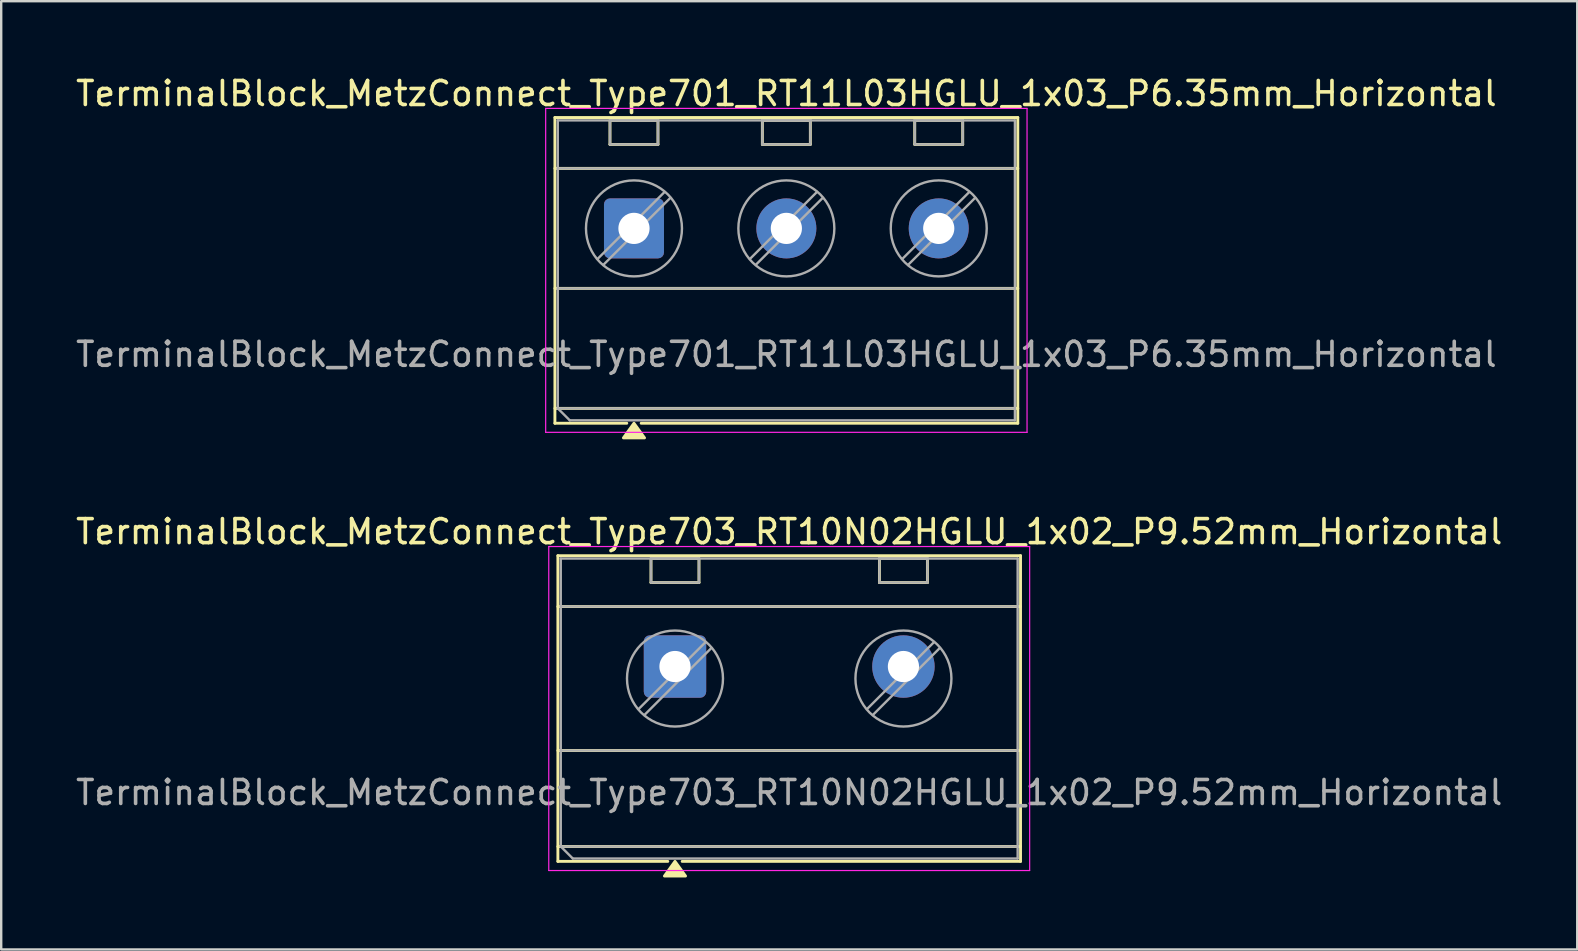
<source format=kicad_pcb>
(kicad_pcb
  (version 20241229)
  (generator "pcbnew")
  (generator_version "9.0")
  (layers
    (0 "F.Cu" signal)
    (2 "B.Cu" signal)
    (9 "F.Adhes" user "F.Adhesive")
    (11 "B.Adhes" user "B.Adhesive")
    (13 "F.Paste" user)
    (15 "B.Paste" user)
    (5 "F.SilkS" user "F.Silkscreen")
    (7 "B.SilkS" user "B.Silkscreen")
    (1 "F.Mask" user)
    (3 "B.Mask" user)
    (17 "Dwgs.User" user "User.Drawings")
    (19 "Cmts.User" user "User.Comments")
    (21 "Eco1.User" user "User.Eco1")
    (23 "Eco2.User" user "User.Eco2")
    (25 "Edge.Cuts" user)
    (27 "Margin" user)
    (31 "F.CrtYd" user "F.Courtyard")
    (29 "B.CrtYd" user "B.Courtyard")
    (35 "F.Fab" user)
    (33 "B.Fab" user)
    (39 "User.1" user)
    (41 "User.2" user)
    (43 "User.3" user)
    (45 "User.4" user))
  (footprint "TerminalBlock_MetzConnect_Type703_RT10N02HGLU_1x02_P9.52mm_Horizontal"
    (layer "F.Cu")
    (at 25.079 24.727)
    (property "Reference" "TerminalBlock_MetzConnect_Type703_RT10N02HGLU_1x02_P9.52mm_Horizontal" (at 4.76 -5.62 0) (layer "F.SilkS") (effects (font (size 1 1) (thickness 0.15))))
    (attr through_hole)
    (fp_line (start -4.88 -4.62) (end -4.88 8.12) (stroke (width 0.12) (type solid)) (layer "F.SilkS"))
    (fp_line (start -4.88 -4.62) (end 14.4 -4.62) (stroke (width 0.12) (type solid)) (layer "F.SilkS"))
    (fp_line (start -4.88 -2.5) (end 14.4 -2.5) (stroke (width 0.12) (type solid)) (layer "F.SilkS"))
    (fp_line (start -4.88 3.5) (end 14.4 3.5) (stroke (width 0.12) (type solid)) (layer "F.SilkS"))
    (fp_line (start -4.88 7.5) (end 14.4 7.5) (stroke (width 0.12) (type solid)) (layer "F.SilkS"))
    (fp_line (start -4.88 8.12) (end -0.3 8.12) (stroke (width 0.12) (type solid)) (layer "F.SilkS"))
    (fp_line (start -1 -4.5) (end -1 -3.5) (stroke (width 0.12) (type solid)) (layer "F.SilkS"))
    (fp_line (start -1 -4.5) (end 1 -4.5) (stroke (width 0.12) (type solid)) (layer "F.SilkS"))
    (fp_line (start -1 -3.5) (end 1 -3.5) (stroke (width 0.12) (type solid)) (layer "F.SilkS"))
    (fp_line (start 0.3 8.12) (end 14.4 8.12) (stroke (width 0.12) (type solid)) (layer "F.SilkS"))
    (fp_line (start 1 -4.5) (end 1 -3.5) (stroke (width 0.12) (type solid)) (layer "F.SilkS"))
    (fp_line (start 8.52 -4.5) (end 8.52 -3.5) (stroke (width 0.12) (type solid)) (layer "F.SilkS"))
    (fp_line (start 8.52 -4.5) (end 10.52 -4.5) (stroke (width 0.12) (type solid)) (layer "F.SilkS"))
    (fp_line (start 8.52 -3.5) (end 10.52 -3.5) (stroke (width 0.12) (type solid)) (layer "F.SilkS"))
    (fp_line (start 10.52 -4.5) (end 10.52 -3.5) (stroke (width 0.12) (type solid)) (layer "F.SilkS"))
    (fp_line (start 14.4 -4.62) (end 14.4 8.12) (stroke (width 0.12) (type solid)) (layer "F.SilkS"))
    (fp_poly (pts (xy 0 8.12) (xy 0.44 8.73) (xy -0.44 8.73)) (stroke (width 0.12) (type solid)) (fill yes) (layer "F.SilkS"))
    (fp_line (start -5.26 -5) (end -5.26 8.5) (stroke (width 0.05) (type solid)) (layer "F.CrtYd"))
    (fp_line (start -5.26 8.5) (end 14.78 8.5) (stroke (width 0.05) (type solid)) (layer "F.CrtYd"))
    (fp_line (start 14.78 -5) (end -5.26 -5) (stroke (width 0.05) (type solid)) (layer "F.CrtYd"))
    (fp_line (start 14.78 8.5) (end 14.78 -5) (stroke (width 0.05) (type solid)) (layer "F.CrtYd"))
    (fp_line (start -4.76 -4.5) (end 14.28 -4.5) (stroke (width 0.1) (type solid)) (layer "F.Fab"))
    (fp_line (start -4.76 -2.5) (end 14.28 -2.5) (stroke (width 0.1) (type solid)) (layer "F.Fab"))
    (fp_line (start -4.76 3.5) (end 14.28 3.5) (stroke (width 0.1) (type solid)) (layer "F.Fab"))
    (fp_line (start -4.76 7.5) (end -4.76 -4.5) (stroke (width 0.1) (type solid)) (layer "F.Fab"))
    (fp_line (start -4.76 7.5) (end 14.28 7.5) (stroke (width 0.1) (type solid)) (layer "F.Fab"))
    (fp_line (start -4.26 8) (end -4.76 7.5) (stroke (width 0.1) (type solid)) (layer "F.Fab"))
    (fp_line (start -1 -4.5) (end -1 -3.5) (stroke (width 0.1) (type solid)) (layer "F.Fab"))
    (fp_line (start -1 -3.5) (end 1 -3.5) (stroke (width 0.1) (type solid)) (layer "F.Fab"))
    (fp_line (start 1 -4.5) (end -1 -4.5) (stroke (width 0.1) (type solid)) (layer "F.Fab"))
    (fp_line (start 1 -3.5) (end 1 -4.5) (stroke (width 0.1) (type solid)) (layer "F.Fab"))
    (fp_line (start 1.273 -1.017) (end -1.517 1.772) (stroke (width 0.1) (type solid)) (layer "F.Fab"))
    (fp_line (start 1.517 -0.773) (end -1.273 2.017) (stroke (width 0.1) (type solid)) (layer "F.Fab"))
    (fp_line (start 8.52 -4.5) (end 8.52 -3.5) (stroke (width 0.1) (type solid)) (layer "F.Fab"))
    (fp_line (start 8.52 -3.5) (end 10.52 -3.5) (stroke (width 0.1) (type solid)) (layer "F.Fab"))
    (fp_line (start 10.52 -4.5) (end 8.52 -4.5) (stroke (width 0.1) (type solid)) (layer "F.Fab"))
    (fp_line (start 10.52 -3.5) (end 10.52 -4.5) (stroke (width 0.1) (type solid)) (layer "F.Fab"))
    (fp_line (start 10.793 -1.017) (end 8.003 1.772) (stroke (width 0.1) (type solid)) (layer "F.Fab"))
    (fp_line (start 11.037 -0.773) (end 8.247 2.017) (stroke (width 0.1) (type solid)) (layer "F.Fab"))
    (fp_line (start 14.28 -4.5) (end 14.28 8) (stroke (width 0.1) (type solid)) (layer "F.Fab"))
    (fp_line (start 14.28 8) (end -4.26 8) (stroke (width 0.1) (type solid)) (layer "F.Fab"))
    (fp_circle (center 0 0.5) (end 2 0.5) (stroke (width 0.1) (type solid)) (fill no) (layer "F.Fab"))
    (fp_circle (center 9.52 0.5) (end 11.52 0.5) (stroke (width 0.1) (type solid)) (fill no) (layer "F.Fab"))
    (fp_text user "${REFERENCE}" (at 4.76 5.25 0) (layer "F.Fab") (effects (font (size 1 1) (thickness 0.15))))
    (pad "1" thru_hole roundrect (at 0 0) (size 2.6 2.6) (drill 1.3) (layers "*.Cu" "*.Mask") (roundrect_rratio 0.096))
    (pad "2" thru_hole circle (at 9.52 0) (size 2.6 2.6) (drill 1.3) (layers "*.Cu" "*.Mask")))
  (footprint "TerminalBlock_MetzConnect_Type701_RT11L03HGLU_1x03_P6.35mm_Horizontal"
    (layer "F.Cu")
    (at 23.37 6.468)
    (property "Reference" "TerminalBlock_MetzConnect_Type701_RT11L03HGLU_1x03_P6.35mm_Horizontal" (at 6.35 -5.62 0) (layer "F.SilkS") (effects (font (size 1 1) (thickness 0.15))))
    (attr through_hole)
    (fp_line (start -3.295 -4.62) (end -3.295 8.12) (stroke (width 0.12) (type solid)) (layer "F.SilkS"))
    (fp_line (start -3.295 -4.62) (end 15.995 -4.62) (stroke (width 0.12) (type solid)) (layer "F.SilkS"))
    (fp_line (start -3.295 -2.5) (end 15.995 -2.5) (stroke (width 0.12) (type solid)) (layer "F.SilkS"))
    (fp_line (start -3.295 2.5) (end 15.995 2.5) (stroke (width 0.12) (type solid)) (layer "F.SilkS"))
    (fp_line (start -3.295 7.5) (end 15.995 7.5) (stroke (width 0.12) (type solid)) (layer "F.SilkS"))
    (fp_line (start -3.295 8.12) (end -0.3 8.12) (stroke (width 0.12) (type solid)) (layer "F.SilkS"))
    (fp_line (start -1 -4.5) (end -1 -3.5) (stroke (width 0.12) (type solid)) (layer "F.SilkS"))
    (fp_line (start -1 -4.5) (end 1 -4.5) (stroke (width 0.12) (type solid)) (layer "F.SilkS"))
    (fp_line (start -1 -3.5) (end 1 -3.5) (stroke (width 0.12) (type solid)) (layer "F.SilkS"))
    (fp_line (start 0.3 8.12) (end 15.995 8.12) (stroke (width 0.12) (type solid)) (layer "F.SilkS"))
    (fp_line (start 1 -4.5) (end 1 -3.5) (stroke (width 0.12) (type solid)) (layer "F.SilkS"))
    (fp_line (start 5.35 -4.5) (end 5.35 -3.5) (stroke (width 0.12) (type solid)) (layer "F.SilkS"))
    (fp_line (start 5.35 -4.5) (end 7.35 -4.5) (stroke (width 0.12) (type solid)) (layer "F.SilkS"))
    (fp_line (start 5.35 -3.5) (end 7.35 -3.5) (stroke (width 0.12) (type solid)) (layer "F.SilkS"))
    (fp_line (start 7.35 -4.5) (end 7.35 -3.5) (stroke (width 0.12) (type solid)) (layer "F.SilkS"))
    (fp_line (start 11.7 -4.5) (end 11.7 -3.5) (stroke (width 0.12) (type solid)) (layer "F.SilkS"))
    (fp_line (start 11.7 -4.5) (end 13.7 -4.5) (stroke (width 0.12) (type solid)) (layer "F.SilkS"))
    (fp_line (start 11.7 -3.5) (end 13.7 -3.5) (stroke (width 0.12) (type solid)) (layer "F.SilkS"))
    (fp_line (start 13.7 -4.5) (end 13.7 -3.5) (stroke (width 0.12) (type solid)) (layer "F.SilkS"))
    (fp_line (start 15.995 -4.62) (end 15.995 8.12) (stroke (width 0.12) (type solid)) (layer "F.SilkS"))
    (fp_poly (pts (xy 0 8.12) (xy 0.44 8.73) (xy -0.44 8.73)) (stroke (width 0.12) (type solid)) (fill yes) (layer "F.SilkS"))
    (fp_line (start -3.68 -5) (end -3.68 8.5) (stroke (width 0.05) (type solid)) (layer "F.CrtYd"))
    (fp_line (start -3.68 8.5) (end 16.38 8.5) (stroke (width 0.05) (type solid)) (layer "F.CrtYd"))
    (fp_line (start 16.38 -5) (end -3.68 -5) (stroke (width 0.05) (type solid)) (layer "F.CrtYd"))
    (fp_line (start 16.38 8.5) (end 16.38 -5) (stroke (width 0.05) (type solid)) (layer "F.CrtYd"))
    (fp_line (start -3.175 -4.5) (end 15.875 -4.5) (stroke (width 0.1) (type solid)) (layer "F.Fab"))
    (fp_line (start -3.175 -2.5) (end 15.875 -2.5) (stroke (width 0.1) (type solid)) (layer "F.Fab"))
    (fp_line (start -3.175 2.5) (end 15.875 2.5) (stroke (width 0.1) (type solid)) (layer "F.Fab"))
    (fp_line (start -3.175 7.5) (end -3.175 -4.5) (stroke (width 0.1) (type solid)) (layer "F.Fab"))
    (fp_line (start -3.175 7.5) (end 15.875 7.5) (stroke (width 0.1) (type solid)) (layer "F.Fab"))
    (fp_line (start -2.675 8) (end -3.175 7.5) (stroke (width 0.1) (type solid)) (layer "F.Fab"))
    (fp_line (start -1 -4.5) (end -1 -3.5) (stroke (width 0.1) (type solid)) (layer "F.Fab"))
    (fp_line (start -1 -3.5) (end 1 -3.5) (stroke (width 0.1) (type solid)) (layer "F.Fab"))
    (fp_line (start 1 -4.5) (end -1 -4.5) (stroke (width 0.1) (type solid)) (layer "F.Fab"))
    (fp_line (start 1 -3.5) (end 1 -4.5) (stroke (width 0.1) (type solid)) (layer "F.Fab"))
    (fp_line (start 1.273 -1.517) (end -1.517 1.272) (stroke (width 0.1) (type solid)) (layer "F.Fab"))
    (fp_line (start 1.517 -1.273) (end -1.273 1.517) (stroke (width 0.1) (type solid)) (layer "F.Fab"))
    (fp_line (start 5.35 -4.5) (end 5.35 -3.5) (stroke (width 0.1) (type solid)) (layer "F.Fab"))
    (fp_line (start 5.35 -3.5) (end 7.35 -3.5) (stroke (width 0.1) (type solid)) (layer "F.Fab"))
    (fp_line (start 7.35 -4.5) (end 5.35 -4.5) (stroke (width 0.1) (type solid)) (layer "F.Fab"))
    (fp_line (start 7.35 -3.5) (end 7.35 -4.5) (stroke (width 0.1) (type solid)) (layer "F.Fab"))
    (fp_line (start 7.623 -1.517) (end 4.833 1.272) (stroke (width 0.1) (type solid)) (layer "F.Fab"))
    (fp_line (start 7.867 -1.273) (end 5.077 1.517) (stroke (width 0.1) (type solid)) (layer "F.Fab"))
    (fp_line (start 11.7 -4.5) (end 11.7 -3.5) (stroke (width 0.1) (type solid)) (layer "F.Fab"))
    (fp_line (start 11.7 -3.5) (end 13.7 -3.5) (stroke (width 0.1) (type solid)) (layer "F.Fab"))
    (fp_line (start 13.7 -4.5) (end 11.7 -4.5) (stroke (width 0.1) (type solid)) (layer "F.Fab"))
    (fp_line (start 13.7 -3.5) (end 13.7 -4.5) (stroke (width 0.1) (type solid)) (layer "F.Fab"))
    (fp_line (start 13.973 -1.517) (end 11.183 1.272) (stroke (width 0.1) (type solid)) (layer "F.Fab"))
    (fp_line (start 14.217 -1.273) (end 11.427 1.517) (stroke (width 0.1) (type solid)) (layer "F.Fab"))
    (fp_line (start 15.875 -4.5) (end 15.875 8) (stroke (width 0.1) (type solid)) (layer "F.Fab"))
    (fp_line (start 15.875 8) (end -2.675 8) (stroke (width 0.1) (type solid)) (layer "F.Fab"))
    (fp_circle (center 0 0) (end 2 0) (stroke (width 0.1) (type solid)) (fill no) (layer "F.Fab"))
    (fp_circle (center 6.35 0) (end 8.35 0) (stroke (width 0.1) (type solid)) (fill no) (layer "F.Fab"))
    (fp_circle (center 12.7 0) (end 14.7 0) (stroke (width 0.1) (type solid)) (fill no) (layer "F.Fab"))
    (fp_text user "${REFERENCE}" (at 6.35 5.25 0) (layer "F.Fab") (effects (font (size 1 1) (thickness 0.15))))
    (pad "1" thru_hole roundrect (at 0 0) (size 2.5 2.5) (drill 1.3) (layers "*.Cu" "*.Mask") (roundrect_rratio 0.1))
    (pad "2" thru_hole circle (at 6.35 0) (size 2.5 2.5) (drill 1.3) (layers "*.Cu" "*.Mask"))
    (pad "3" thru_hole circle (at 12.7 0) (size 2.5 2.5) (drill 1.3) (layers "*.Cu" "*.Mask")))
  (gr_rect
    (start -3 -3)
    (end 62.679 36.517)
    (stroke (width 0.1) (type default))
    (fill no)
    (layer "Edge.Cuts")))
</source>
